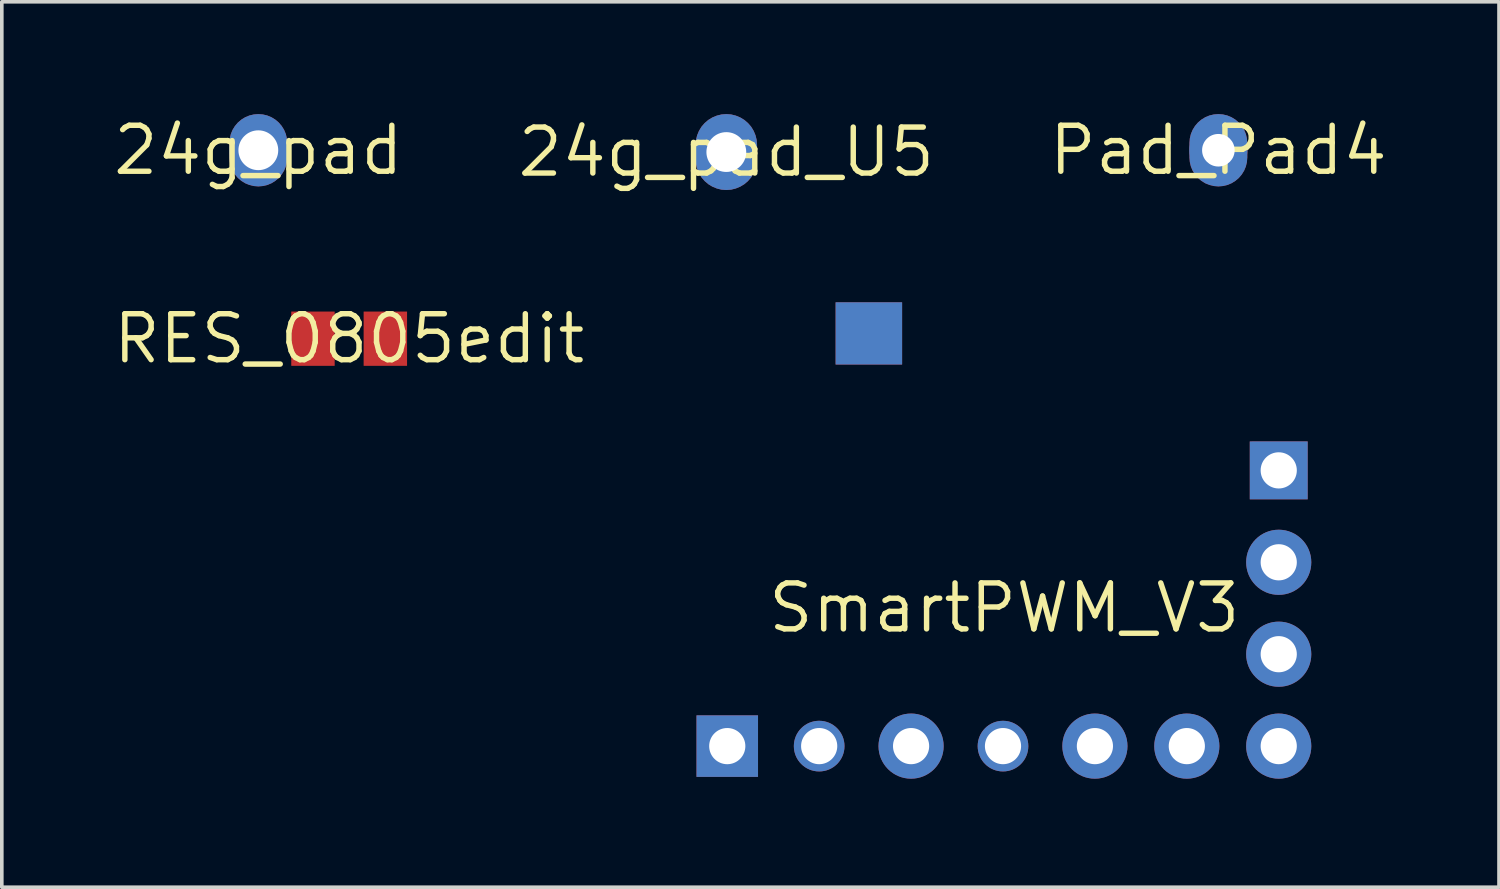
<source format=kicad_pcb>
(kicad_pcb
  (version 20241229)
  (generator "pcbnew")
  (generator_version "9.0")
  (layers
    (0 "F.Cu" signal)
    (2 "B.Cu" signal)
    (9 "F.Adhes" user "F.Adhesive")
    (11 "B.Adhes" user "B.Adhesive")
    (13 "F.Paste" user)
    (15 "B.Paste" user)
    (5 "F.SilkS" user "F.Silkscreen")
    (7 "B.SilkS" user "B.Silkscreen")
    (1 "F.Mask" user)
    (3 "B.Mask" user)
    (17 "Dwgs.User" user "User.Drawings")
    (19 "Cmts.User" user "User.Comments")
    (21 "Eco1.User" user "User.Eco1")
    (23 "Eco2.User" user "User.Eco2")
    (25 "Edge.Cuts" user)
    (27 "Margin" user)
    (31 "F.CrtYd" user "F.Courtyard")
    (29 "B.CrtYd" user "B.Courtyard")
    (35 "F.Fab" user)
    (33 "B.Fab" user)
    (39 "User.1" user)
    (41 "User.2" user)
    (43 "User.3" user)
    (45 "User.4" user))
  (footprint "Pad_Pad4"
    (layer "F.Cu")
    (at 30.62 1.102)
    (property "Reference" "Pad_Pad4" (at 0 0 0) (layer "F.SilkS") (effects (font (size 1.27 1.27) (thickness 0.15))))
    (attr through_hole)
    (fp_poly (pts (xy 0.799 -0.2) (xy 0.789 -0.325) (xy 0.76 -0.447) (xy 0.712 -0.563) (xy 0.646 -0.67) (xy 0.565 -0.765) (xy 0.47 -0.846) (xy 0.363 -0.912) (xy 0.247 -0.96) (xy 0.125 -0.989) (xy 0 -0.999) (xy -0.125 -0.989) (xy -0.247 -0.96) (xy -0.363 -0.912) (xy -0.47 -0.846) (xy -0.565 -0.765) (xy -0.646 -0.67) (xy -0.712 -0.563) (xy -0.76 -0.447) (xy -0.789 -0.325) (xy -0.799 -0.2) (xy -0.799 0.2) (xy -0.789 0.325) (xy -0.76 0.447) (xy -0.712 0.563) (xy -0.646 0.67) (xy -0.565 0.765) (xy -0.47 0.846) (xy -0.363 0.912) (xy -0.247 0.96) (xy -0.125 0.989) (xy 0 0.999) (xy 0.125 0.989) (xy 0.247 0.96) (xy 0.363 0.912) (xy 0.47 0.846) (xy 0.565 0.765) (xy 0.646 0.67) (xy 0.712 0.563) (xy 0.76 0.447) (xy 0.789 0.325) (xy 0.799 0.2)) (stroke (width 0) (type solid)) (fill yes) (layer "F.Cu"))
    (fp_poly (pts (xy -0.902 0.2) (xy -0.891 0.341) (xy -0.858 0.479) (xy -0.804 0.609) (xy -0.73 0.73) (xy -0.638 0.838) (xy -0.53 0.93) (xy -0.409 1.004) (xy -0.279 1.058) (xy -0.141 1.091) (xy 0 1.102) (xy 0.141 1.091) (xy 0.279 1.058) (xy 0.409 1.004) (xy 0.53 0.93) (xy 0.638 0.838) (xy 0.73 0.73) (xy 0.804 0.609) (xy 0.858 0.479) (xy 0.891 0.341) (xy 0.902 0.2) (xy 0.902 -0.2) (xy 0.891 -0.341) (xy 0.858 -0.479) (xy 0.804 -0.609) (xy 0.73 -0.73) (xy 0.638 -0.838) (xy 0.53 -0.93) (xy 0.409 -1.004) (xy 0.279 -1.058) (xy 0.141 -1.091) (xy 0 -1.102) (xy -0.141 -1.091) (xy -0.279 -1.058) (xy -0.409 -1.004) (xy -0.53 -0.93) (xy -0.638 -0.838) (xy -0.73 -0.73) (xy -0.804 -0.609) (xy -0.858 -0.479) (xy -0.891 -0.341) (xy -0.902 -0.2)) (stroke (width 0) (type solid)) (fill yes) (layer "F.Mask"))
    (fp_poly (pts (xy 0.799 -0.2) (xy 0.789 -0.325) (xy 0.76 -0.447) (xy 0.712 -0.563) (xy 0.646 -0.67) (xy 0.565 -0.765) (xy 0.47 -0.846) (xy 0.363 -0.912) (xy 0.247 -0.96) (xy 0.125 -0.989) (xy 0 -0.999) (xy -0.125 -0.989) (xy -0.247 -0.96) (xy -0.363 -0.912) (xy -0.47 -0.846) (xy -0.565 -0.765) (xy -0.646 -0.67) (xy -0.712 -0.563) (xy -0.76 -0.447) (xy -0.789 -0.325) (xy -0.799 -0.2) (xy -0.799 0.2) (xy -0.789 0.325) (xy -0.76 0.447) (xy -0.712 0.563) (xy -0.646 0.67) (xy -0.565 0.765) (xy -0.47 0.846) (xy -0.363 0.912) (xy -0.247 0.96) (xy -0.125 0.989) (xy 0 0.999) (xy 0.125 0.989) (xy 0.247 0.96) (xy 0.363 0.912) (xy 0.47 0.846) (xy 0.565 0.765) (xy 0.646 0.67) (xy 0.712 0.563) (xy 0.76 0.447) (xy 0.789 0.325) (xy 0.799 0.2)) (stroke (width 0) (type solid)) (fill yes) (layer "B.Cu"))
    (fp_poly (pts (xy -0.902 0.2) (xy -0.891 0.341) (xy -0.858 0.479) (xy -0.804 0.609) (xy -0.73 0.73) (xy -0.638 0.838) (xy -0.53 0.93) (xy -0.409 1.004) (xy -0.279 1.058) (xy -0.141 1.091) (xy 0 1.102) (xy 0.141 1.091) (xy 0.279 1.058) (xy 0.409 1.004) (xy 0.53 0.93) (xy 0.638 0.838) (xy 0.73 0.73) (xy 0.804 0.609) (xy 0.858 0.479) (xy 0.891 0.341) (xy 0.902 0.2) (xy 0.902 -0.2) (xy 0.891 -0.341) (xy 0.858 -0.479) (xy 0.804 -0.609) (xy 0.73 -0.73) (xy 0.638 -0.838) (xy 0.53 -0.93) (xy 0.409 -1.004) (xy 0.279 -1.058) (xy 0.141 -1.091) (xy 0 -1.102) (xy -0.141 -1.091) (xy -0.279 -1.058) (xy -0.409 -1.004) (xy -0.53 -0.93) (xy -0.638 -0.838) (xy -0.73 -0.73) (xy -0.804 -0.609) (xy -0.858 -0.479) (xy -0.891 -0.341) (xy -0.902 -0.2)) (stroke (width 0) (type solid)) (fill yes) (layer "B.Mask"))
    (pad "1" thru_hole circle (at 0 0 90) (size 1.6 1.6) (drill 0.9) (layers "*.Cu" "*.Mask")))
  (footprint "SmartPWM_V3"
    (layer "F.Cu")
    (at 24.703 13.749)
    (property "Reference" "SmartPWM_V3" (at 0 0 0) (layer "F.SilkS") (effects (font (size 1.27 1.27) (thickness 0.15))))
    (attr through_hole)
    (fp_poly (pts (xy -4.661 -6.725) (xy -4.661 -8.445) (xy -2.823 -8.445) (xy -2.823 -6.725)) (stroke (width 0) (type solid)) (fill yes) (layer "F.Cu"))
    (fp_poly (pts (xy 8.609 -4.702) (xy 6.562 -4.702) (xy 6.562 -2.899) (xy 8.609 -2.899)) (stroke (width 0) (type solid)) (fill yes) (layer "F.Mask"))
    (fp_poly (pts (xy -4.661 -6.725) (xy -4.661 -8.445) (xy -2.823 -8.445) (xy -2.823 -6.725)) (stroke (width 0) (type solid)) (fill yes) (layer "B.Cu"))
    (fp_poly (pts (xy 8.609 -4.702) (xy 6.562 -4.702) (xy 6.562 -2.899) (xy 8.609 -2.899)) (stroke (width 0) (type solid)) (fill yes) (layer "B.Mask"))
    (pad "3" thru_hole rect (at -7.655 3.82) (size 1.7 1.7) (drill 1) (layers "*.Cu" "*.Mask"))
    (pad "4" thru_hole circle (at -5.115 3.82) (size 1.4 1.4) (drill 1) (layers "*.Cu" "*.Mask"))
    (pad "5" thru_hole circle (at -2.575 3.82) (size 1.8 1.8) (drill 1) (layers "*.Cu" "*.Mask"))
    (pad "6" thru_hole circle (at -0.035 3.82) (size 1.4 1.4) (drill 1) (layers "*.Cu" "*.Mask"))
    (pad "7" thru_hole circle (at 2.505 3.82) (size 1.8 1.8) (drill 1) (layers "*.Cu" "*.Mask"))
    (pad "8" thru_hole circle (at 5.045 3.82) (size 1.8 1.8) (drill 1) (layers "*.Cu" "*.Mask"))
    (pad "9" thru_hole circle (at 7.585 3.82) (size 1.8 1.8) (drill 1) (layers "*.Cu" "*.Mask"))
    (pad "10" thru_hole circle (at 7.585 1.28) (size 1.8 1.8) (drill 1) (layers "*.Cu" "*.Mask"))
    (pad "11" thru_hole circle (at 7.585 -1.26) (size 1.8 1.8) (drill 1) (layers "*.Cu" "*.Mask"))
    (pad "12" thru_hole rect (at 7.585 -3.8 90.008) (size 1.6 1.6) (drill 1) (layers "*.Cu" "*.Mask")))
  (footprint "RES_0805edit"
    (layer "F.Cu")
    (at 6.599 6.31)
    (property "Reference" "RES_0805edit" (at 0 0 0) (layer "F.SilkS") (effects (font (size 1.27 1.27) (thickness 0.15))))
    (attr through_hole)
    (pad "1" smd rect (at -1 0 90) (size 1.5 1.2) (layers "F.Cu" "F.Mask" "F.Paste"))
    (pad "2" smd rect (at 1 0 90) (size 1.5 1.2) (layers "F.Cu" "F.Mask" "F.Paste")))
  (footprint "24g_pad"
    (layer "F.Cu")
    (at 4.089 1.102)
    (property "Reference" "24g_pad" (at 0 0 0) (layer "F.SilkS") (effects (font (size 1.27 1.27) (thickness 0.15))))
    (attr through_hole)
    (fp_poly (pts (xy 0.799 -0.2) (xy 0.789 -0.325) (xy 0.76 -0.447) (xy 0.712 -0.563) (xy 0.646 -0.67) (xy 0.565 -0.765) (xy 0.47 -0.846) (xy 0.363 -0.912) (xy 0.247 -0.96) (xy 0.125 -0.989) (xy 0 -0.999) (xy -0.125 -0.989) (xy -0.247 -0.96) (xy -0.363 -0.912) (xy -0.47 -0.846) (xy -0.565 -0.765) (xy -0.646 -0.67) (xy -0.712 -0.563) (xy -0.76 -0.447) (xy -0.789 -0.325) (xy -0.799 -0.2) (xy -0.799 0.2) (xy -0.789 0.325) (xy -0.76 0.447) (xy -0.712 0.563) (xy -0.646 0.67) (xy -0.565 0.765) (xy -0.47 0.846) (xy -0.363 0.912) (xy -0.247 0.96) (xy -0.125 0.989) (xy 0 0.999) (xy 0.125 0.989) (xy 0.247 0.96) (xy 0.363 0.912) (xy 0.47 0.846) (xy 0.565 0.765) (xy 0.646 0.67) (xy 0.712 0.563) (xy 0.76 0.447) (xy 0.789 0.325) (xy 0.799 0.2)) (stroke (width 0) (type solid)) (fill yes) (layer "F.Cu"))
    (fp_poly (pts (xy -0.902 0.2) (xy -0.891 0.341) (xy -0.858 0.479) (xy -0.804 0.609) (xy -0.73 0.73) (xy -0.638 0.838) (xy -0.53 0.93) (xy -0.409 1.004) (xy -0.279 1.058) (xy -0.141 1.091) (xy 0 1.102) (xy 0.141 1.091) (xy 0.279 1.058) (xy 0.409 1.004) (xy 0.53 0.93) (xy 0.638 0.838) (xy 0.73 0.73) (xy 0.804 0.609) (xy 0.858 0.479) (xy 0.891 0.341) (xy 0.902 0.2) (xy 0.902 -0.2) (xy 0.891 -0.341) (xy 0.858 -0.479) (xy 0.804 -0.609) (xy 0.73 -0.73) (xy 0.638 -0.838) (xy 0.53 -0.93) (xy 0.409 -1.004) (xy 0.279 -1.058) (xy 0.141 -1.091) (xy 0 -1.102) (xy -0.141 -1.091) (xy -0.279 -1.058) (xy -0.409 -1.004) (xy -0.53 -0.93) (xy -0.638 -0.838) (xy -0.73 -0.73) (xy -0.804 -0.609) (xy -0.858 -0.479) (xy -0.891 -0.341) (xy -0.902 -0.2)) (stroke (width 0) (type solid)) (fill yes) (layer "F.Mask"))
    (fp_poly (pts (xy 0.799 -0.2) (xy 0.789 -0.325) (xy 0.76 -0.447) (xy 0.712 -0.563) (xy 0.646 -0.67) (xy 0.565 -0.765) (xy 0.47 -0.846) (xy 0.363 -0.912) (xy 0.247 -0.96) (xy 0.125 -0.989) (xy 0 -0.999) (xy -0.125 -0.989) (xy -0.247 -0.96) (xy -0.363 -0.912) (xy -0.47 -0.846) (xy -0.565 -0.765) (xy -0.646 -0.67) (xy -0.712 -0.563) (xy -0.76 -0.447) (xy -0.789 -0.325) (xy -0.799 -0.2) (xy -0.799 0.2) (xy -0.789 0.325) (xy -0.76 0.447) (xy -0.712 0.563) (xy -0.646 0.67) (xy -0.565 0.765) (xy -0.47 0.846) (xy -0.363 0.912) (xy -0.247 0.96) (xy -0.125 0.989) (xy 0 0.999) (xy 0.125 0.989) (xy 0.247 0.96) (xy 0.363 0.912) (xy 0.47 0.846) (xy 0.565 0.765) (xy 0.646 0.67) (xy 0.712 0.563) (xy 0.76 0.447) (xy 0.789 0.325) (xy 0.799 0.2)) (stroke (width 0) (type solid)) (fill yes) (layer "B.Cu"))
    (fp_poly (pts (xy -0.902 0.2) (xy -0.891 0.341) (xy -0.858 0.479) (xy -0.804 0.609) (xy -0.73 0.73) (xy -0.638 0.838) (xy -0.53 0.93) (xy -0.409 1.004) (xy -0.279 1.058) (xy -0.141 1.091) (xy 0 1.102) (xy 0.141 1.091) (xy 0.279 1.058) (xy 0.409 1.004) (xy 0.53 0.93) (xy 0.638 0.838) (xy 0.73 0.73) (xy 0.804 0.609) (xy 0.858 0.479) (xy 0.891 0.341) (xy 0.902 0.2) (xy 0.902 -0.2) (xy 0.891 -0.341) (xy 0.858 -0.479) (xy 0.804 -0.609) (xy 0.73 -0.73) (xy 0.638 -0.838) (xy 0.53 -0.93) (xy 0.409 -1.004) (xy 0.279 -1.058) (xy 0.141 -1.091) (xy 0 -1.102) (xy -0.141 -1.091) (xy -0.279 -1.058) (xy -0.409 -1.004) (xy -0.53 -0.93) (xy -0.638 -0.838) (xy -0.73 -0.73) (xy -0.804 -0.609) (xy -0.858 -0.479) (xy -0.891 -0.341) (xy -0.902 -0.2)) (stroke (width 0) (type solid)) (fill yes) (layer "B.Mask"))
    (pad "1" thru_hole circle (at 0 0 90) (size 1.6 1.6) (drill 1.1) (layers "*.Cu" "*.Mask")))
  (footprint "24g_pad_U5"
    (layer "F.Cu")
    (at 17.022 1.152)
    (property "Reference" "24g_pad_U5" (at 0 0 0) (layer "F.SilkS") (effects (font (size 1.27 1.27) (thickness 0.15))))
    (attr through_hole)
    (fp_poly (pts (xy 0.849 -0.2) (xy 0.839 -0.333) (xy 0.807 -0.462) (xy 0.756 -0.585) (xy 0.687 -0.699) (xy 0.6 -0.8) (xy 0.499 -0.887) (xy 0.385 -0.956) (xy 0.262 -1.007) (xy 0.133 -1.039) (xy 0 -1.049) (xy -0.133 -1.039) (xy -0.262 -1.007) (xy -0.385 -0.956) (xy -0.499 -0.887) (xy -0.6 -0.8) (xy -0.687 -0.699) (xy -0.756 -0.585) (xy -0.807 -0.462) (xy -0.839 -0.333) (xy -0.849 -0.2) (xy -0.849 0.2) (xy -0.839 0.333) (xy -0.807 0.462) (xy -0.756 0.585) (xy -0.687 0.699) (xy -0.6 0.8) (xy -0.499 0.887) (xy -0.385 0.956) (xy -0.262 1.007) (xy -0.133 1.039) (xy 0 1.049) (xy 0.133 1.039) (xy 0.262 1.007) (xy 0.385 0.956) (xy 0.499 0.887) (xy 0.6 0.8) (xy 0.687 0.699) (xy 0.756 0.585) (xy 0.807 0.462) (xy 0.839 0.333) (xy 0.849 0.2)) (stroke (width 0) (type solid)) (fill yes) (layer "F.Cu"))
    (fp_poly (pts (xy -0.952 0.2) (xy -0.94 0.349) (xy -0.905 0.494) (xy -0.848 0.632) (xy -0.77 0.76) (xy -0.673 0.873) (xy -0.56 0.97) (xy -0.432 1.048) (xy -0.294 1.105) (xy -0.149 1.14) (xy 0 1.152) (xy 0.149 1.14) (xy 0.294 1.105) (xy 0.432 1.048) (xy 0.56 0.97) (xy 0.673 0.873) (xy 0.77 0.76) (xy 0.848 0.632) (xy 0.905 0.494) (xy 0.94 0.349) (xy 0.952 0.2) (xy 0.952 -0.2) (xy 0.94 -0.349) (xy 0.905 -0.494) (xy 0.848 -0.632) (xy 0.77 -0.76) (xy 0.673 -0.873) (xy 0.56 -0.97) (xy 0.432 -1.048) (xy 0.294 -1.105) (xy 0.149 -1.14) (xy 0 -1.152) (xy -0.149 -1.14) (xy -0.294 -1.105) (xy -0.432 -1.048) (xy -0.56 -0.97) (xy -0.673 -0.873) (xy -0.77 -0.76) (xy -0.848 -0.632) (xy -0.905 -0.494) (xy -0.94 -0.349) (xy -0.952 -0.2)) (stroke (width 0) (type solid)) (fill yes) (layer "F.Mask"))
    (fp_poly (pts (xy 0.849 -0.2) (xy 0.839 -0.333) (xy 0.807 -0.462) (xy 0.756 -0.585) (xy 0.687 -0.699) (xy 0.6 -0.8) (xy 0.499 -0.887) (xy 0.385 -0.956) (xy 0.262 -1.007) (xy 0.133 -1.039) (xy 0 -1.049) (xy -0.133 -1.039) (xy -0.262 -1.007) (xy -0.385 -0.956) (xy -0.499 -0.887) (xy -0.6 -0.8) (xy -0.687 -0.699) (xy -0.756 -0.585) (xy -0.807 -0.462) (xy -0.839 -0.333) (xy -0.849 -0.2) (xy -0.849 0.2) (xy -0.839 0.333) (xy -0.807 0.462) (xy -0.756 0.585) (xy -0.687 0.699) (xy -0.6 0.8) (xy -0.499 0.887) (xy -0.385 0.956) (xy -0.262 1.007) (xy -0.133 1.039) (xy 0 1.049) (xy 0.133 1.039) (xy 0.262 1.007) (xy 0.385 0.956) (xy 0.499 0.887) (xy 0.6 0.8) (xy 0.687 0.699) (xy 0.756 0.585) (xy 0.807 0.462) (xy 0.839 0.333) (xy 0.849 0.2)) (stroke (width 0) (type solid)) (fill yes) (layer "B.Cu"))
    (fp_poly (pts (xy -0.952 0.2) (xy -0.94 0.349) (xy -0.905 0.494) (xy -0.848 0.632) (xy -0.77 0.76) (xy -0.673 0.873) (xy -0.56 0.97) (xy -0.432 1.048) (xy -0.294 1.105) (xy -0.149 1.14) (xy 0 1.152) (xy 0.149 1.14) (xy 0.294 1.105) (xy 0.432 1.048) (xy 0.56 0.97) (xy 0.673 0.873) (xy 0.77 0.76) (xy 0.848 0.632) (xy 0.905 0.494) (xy 0.94 0.349) (xy 0.952 0.2) (xy 0.952 -0.2) (xy 0.94 -0.349) (xy 0.905 -0.494) (xy 0.848 -0.632) (xy 0.77 -0.76) (xy 0.673 -0.873) (xy 0.56 -0.97) (xy 0.432 -1.048) (xy 0.294 -1.105) (xy 0.149 -1.14) (xy 0 -1.152) (xy -0.149 -1.14) (xy -0.294 -1.105) (xy -0.432 -1.048) (xy -0.56 -0.97) (xy -0.673 -0.873) (xy -0.77 -0.76) (xy -0.848 -0.632) (xy -0.905 -0.494) (xy -0.94 -0.349) (xy -0.952 -0.2)) (stroke (width 0) (type solid)) (fill yes) (layer "B.Mask"))
    (pad "1" thru_hole circle (at 0 0 90) (size 1.7 1.7) (drill 1.1) (layers "*.Cu" "*.Mask")))
  (gr_rect
    (start -3 -3)
    (end 38.375 21.469)
    (stroke (width 0.1) (type default))
    (fill no)
    (layer "Edge.Cuts")))
</source>
